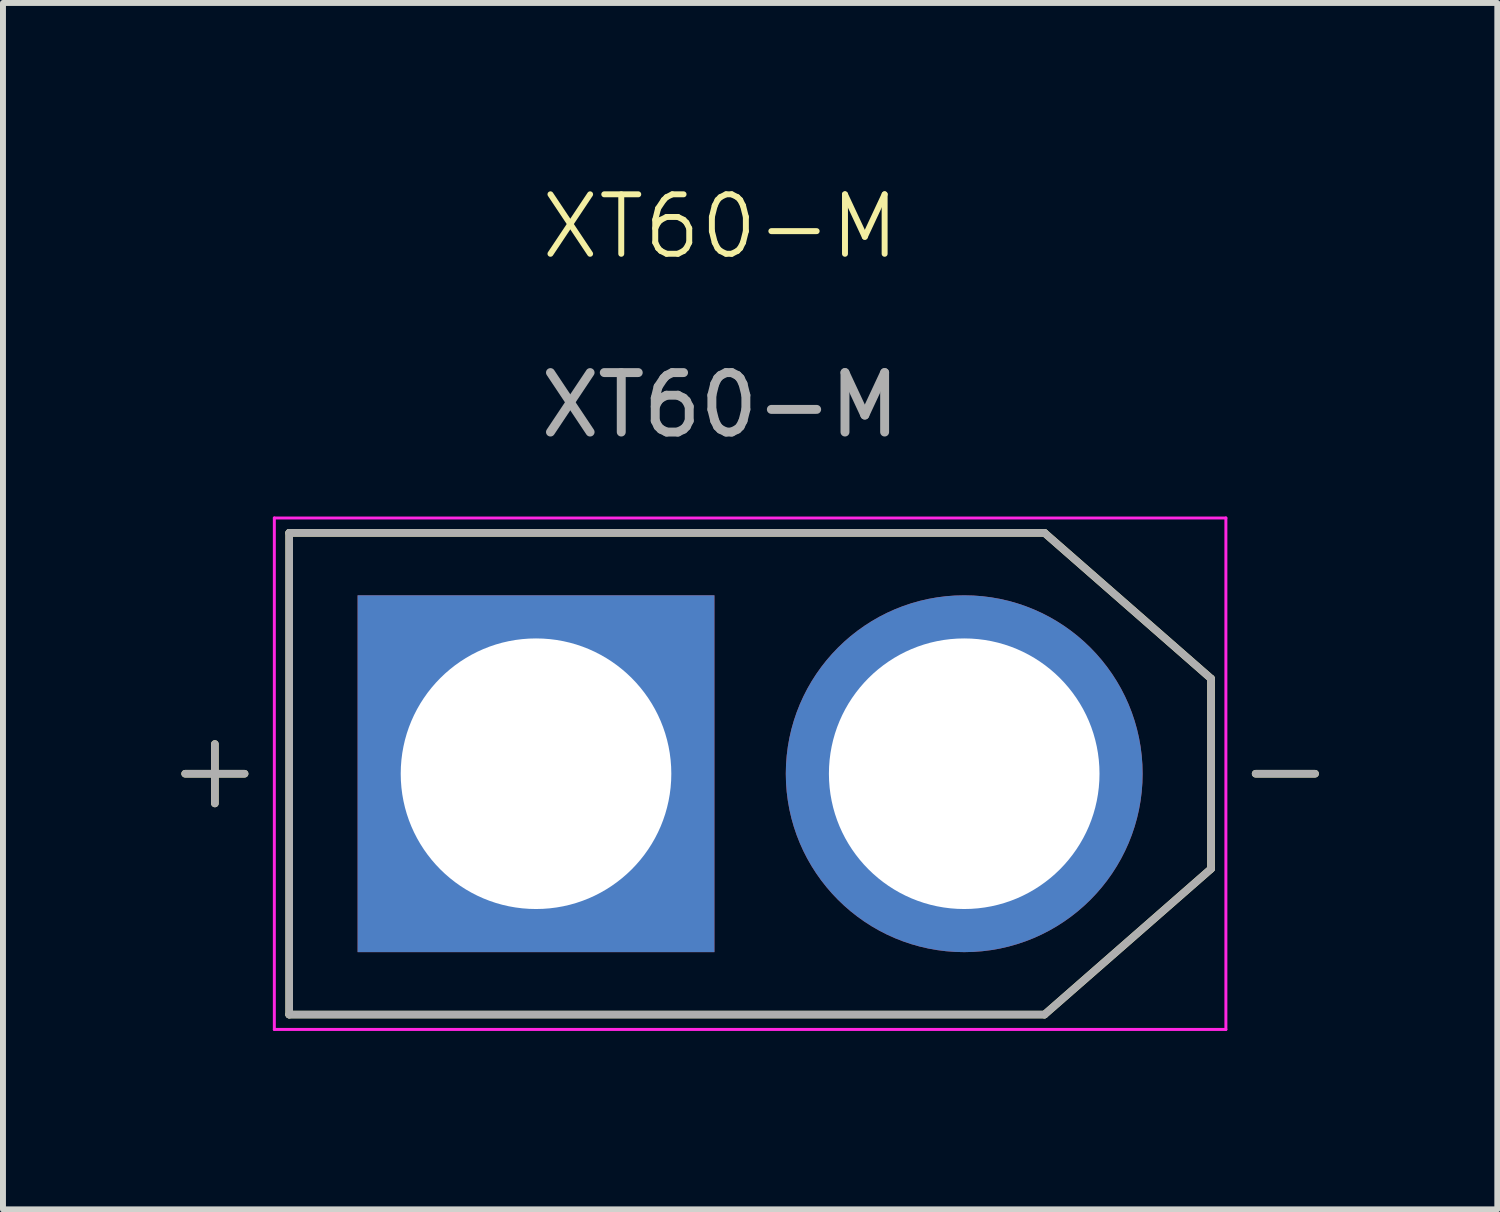
<source format=kicad_pcb>
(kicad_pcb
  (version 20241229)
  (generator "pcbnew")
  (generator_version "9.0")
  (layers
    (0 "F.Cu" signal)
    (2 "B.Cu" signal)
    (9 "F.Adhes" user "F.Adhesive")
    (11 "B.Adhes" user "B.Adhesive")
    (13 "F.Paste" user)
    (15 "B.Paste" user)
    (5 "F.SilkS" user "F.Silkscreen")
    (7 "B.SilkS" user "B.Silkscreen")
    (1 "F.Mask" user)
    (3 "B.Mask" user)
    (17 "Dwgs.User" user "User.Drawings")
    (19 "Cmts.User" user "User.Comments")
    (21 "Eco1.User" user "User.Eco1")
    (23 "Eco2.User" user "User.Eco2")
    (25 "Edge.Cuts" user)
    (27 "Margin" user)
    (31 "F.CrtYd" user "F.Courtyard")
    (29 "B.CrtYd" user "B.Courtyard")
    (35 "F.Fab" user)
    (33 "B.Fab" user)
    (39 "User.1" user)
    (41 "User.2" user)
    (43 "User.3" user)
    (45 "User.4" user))
  (footprint "XT60-M"
    (layer "F.Cu")
    (at 9.063 1.26)
    (property "Reference" "XT60-M" (at 0 -0.5 0) (unlocked yes) (layer "F.SilkS") (effects (font (size 1 1) (thickness 0.1))))
    (attr smd)
    (fp_line (start -9 8.7) (end -8 8.7) (stroke (width 0.127) (type solid)) (layer "F.SilkS"))
    (fp_line (start -8.5 8.2) (end -8.5 9.2) (stroke (width 0.127) (type solid)) (layer "F.SilkS"))
    (fp_line (start -7.25 4.65) (end 5.45 4.65) (stroke (width 0.127) (type solid)) (layer "F.SilkS"))
    (fp_line (start -7.25 12.75) (end -7.25 4.65) (stroke (width 0.127) (type solid)) (layer "F.SilkS"))
    (fp_line (start 5.45 4.65) (end 8.25 7.1) (stroke (width 0.127) (type solid)) (layer "F.SilkS"))
    (fp_line (start 5.45 12.75) (end -7.25 12.75) (stroke (width 0.127) (type solid)) (layer "F.SilkS"))
    (fp_line (start 8.25 7.1) (end 8.25 10.3) (stroke (width 0.127) (type solid)) (layer "F.SilkS"))
    (fp_line (start 8.25 10.3) (end 5.45 12.75) (stroke (width 0.127) (type solid)) (layer "F.SilkS"))
    (fp_line (start 9 8.7) (end 10 8.7) (stroke (width 0.127) (type solid)) (layer "F.SilkS"))
    (fp_line (start -7.5 4.4) (end -7.5 13) (stroke (width 0.05) (type solid)) (layer "F.CrtYd"))
    (fp_line (start -7.5 13) (end 8.5 13) (stroke (width 0.05) (type solid)) (layer "F.CrtYd"))
    (fp_line (start 8.5 4.4) (end -7.5 4.4) (stroke (width 0.05) (type solid)) (layer "F.CrtYd"))
    (fp_line (start 8.5 13) (end 8.5 4.4) (stroke (width 0.05) (type solid)) (layer "F.CrtYd"))
    (fp_line (start -9 8.7) (end -8 8.7) (stroke (width 0.127) (type solid)) (layer "F.Fab"))
    (fp_line (start -8.5 8.2) (end -8.5 9.2) (stroke (width 0.127) (type solid)) (layer "F.Fab"))
    (fp_line (start -7.25 4.65) (end 5.45 4.65) (stroke (width 0.127) (type solid)) (layer "F.Fab"))
    (fp_line (start -7.25 12.75) (end -7.25 4.65) (stroke (width 0.127) (type solid)) (layer "F.Fab"))
    (fp_line (start 5.45 4.65) (end 8.25 7.1) (stroke (width 0.127) (type solid)) (layer "F.Fab"))
    (fp_line (start 5.45 12.75) (end -7.25 12.75) (stroke (width 0.127) (type solid)) (layer "F.Fab"))
    (fp_line (start 8.25 7.1) (end 8.25 10.3) (stroke (width 0.127) (type solid)) (layer "F.Fab"))
    (fp_line (start 8.25 10.3) (end 5.45 12.75) (stroke (width 0.127) (type solid)) (layer "F.Fab"))
    (fp_line (start 9 8.7) (end 10 8.7) (stroke (width 0.127) (type solid)) (layer "F.Fab"))
    (fp_text user "${REFERENCE}" (at 0 2.5 0) (unlocked yes) (layer "F.Fab") (effects (font (size 1 1) (thickness 0.15))))
    (pad "N" thru_hole circle (at 4.1 8.7) (size 6 6) (drill 4.55) (layers "*.Cu" "*.Mask"))
    (pad "P" thru_hole rect (at -3.1 8.7) (size 6 6) (drill 4.55) (layers "*.Cu" "*.Mask")))
  (gr_rect
    (start -3 -3)
    (end 22.127 17.285)
    (stroke (width 0.1) (type default))
    (fill no)
    (layer "Edge.Cuts")))
</source>
